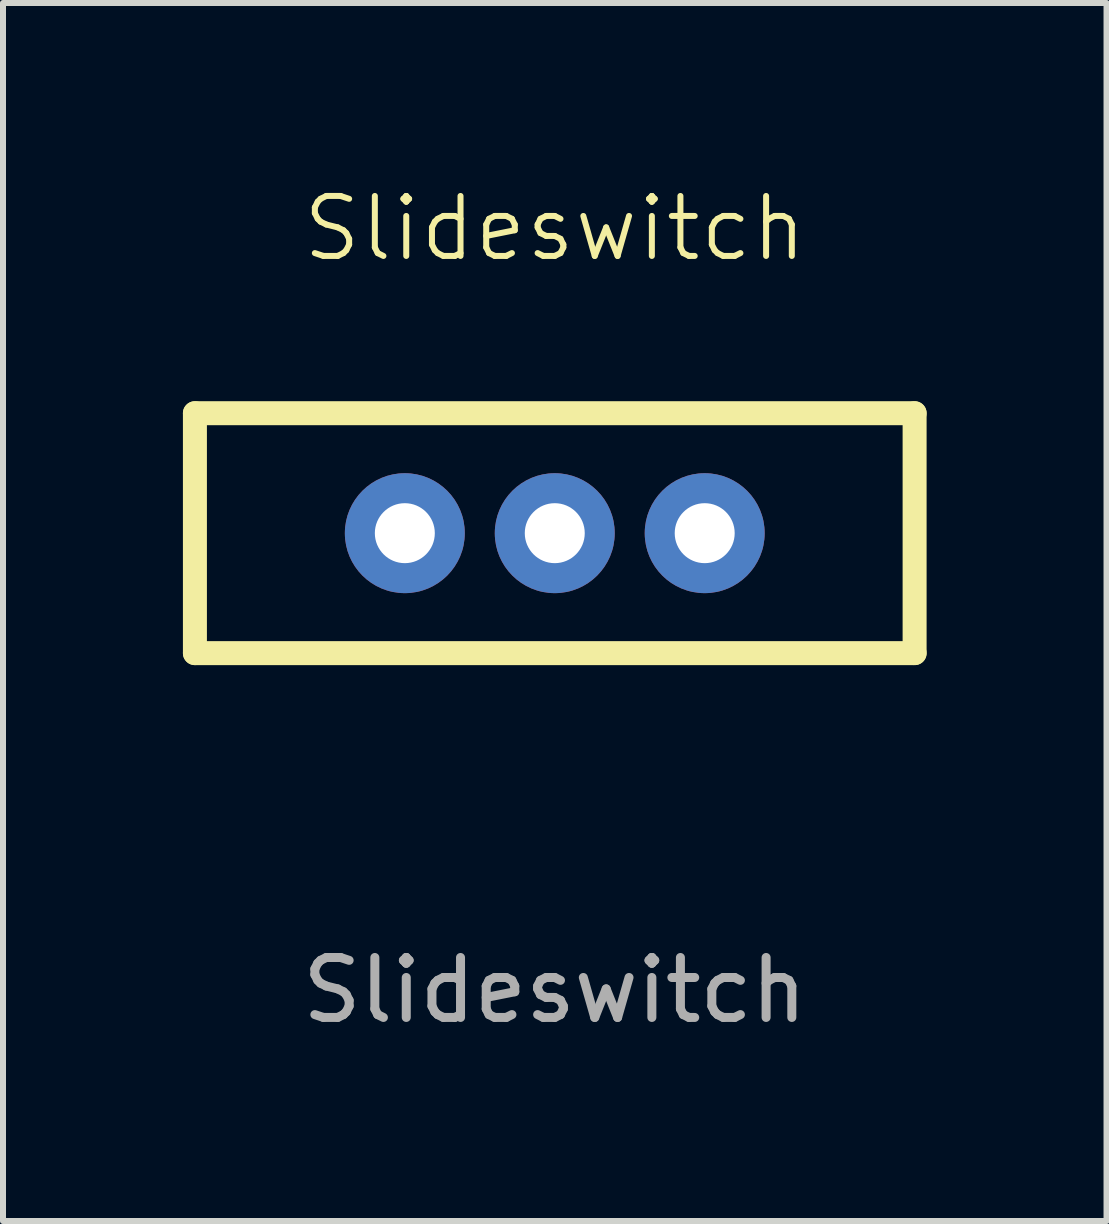
<source format=kicad_pcb>
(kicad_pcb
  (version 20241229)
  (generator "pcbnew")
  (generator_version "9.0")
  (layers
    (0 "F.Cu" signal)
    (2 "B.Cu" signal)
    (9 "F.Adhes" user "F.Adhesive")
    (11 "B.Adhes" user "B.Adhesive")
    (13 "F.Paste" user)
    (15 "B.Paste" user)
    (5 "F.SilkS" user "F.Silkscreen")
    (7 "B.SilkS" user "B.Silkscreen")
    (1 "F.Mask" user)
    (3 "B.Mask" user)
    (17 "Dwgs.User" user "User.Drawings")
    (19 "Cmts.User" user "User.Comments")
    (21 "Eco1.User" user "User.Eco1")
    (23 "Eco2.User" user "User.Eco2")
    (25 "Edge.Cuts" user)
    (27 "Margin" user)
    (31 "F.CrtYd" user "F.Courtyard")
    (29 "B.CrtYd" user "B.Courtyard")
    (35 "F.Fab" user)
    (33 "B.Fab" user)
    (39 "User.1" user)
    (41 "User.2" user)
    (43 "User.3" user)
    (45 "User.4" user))
  (footprint "Slideswitch"
    (layer "F.Cu")
    (at 6.2 5.84)
    (property "Reference" "Slideswitch" (at 0 -5.08 0) (unlocked yes) (layer "F.SilkS") (effects (font (size 1 1) (thickness 0.1))))
    (attr through_hole)
    (fp_line (start -6 -2) (end -6 2) (stroke (width 0.4) (type default)) (layer "F.SilkS"))
    (fp_line (start -6 2) (end 6 2) (stroke (width 0.4) (type default)) (layer "F.SilkS"))
    (fp_line (start 6 -2) (end -6 -2) (stroke (width 0.4) (type default)) (layer "F.SilkS"))
    (fp_line (start 6 2) (end 6 -2) (stroke (width 0.4) (type default)) (layer "F.SilkS"))
    (fp_text user "${REFERENCE}" (at 0 7.62 0) (unlocked yes) (layer "F.Fab") (effects (font (size 1 1) (thickness 0.15))))
    (pad "1" thru_hole circle (at -2.5 0) (size 2 2) (drill 1) (layers "*.Cu" "*.Mask"))
    (pad "2" thru_hole circle (at 0 0) (size 2 2) (drill 1) (layers "*.Cu" "*.Mask"))
    (pad "3" thru_hole circle (at 2.5 0) (size 2 2) (drill 1) (layers "*.Cu" "*.Mask")))
  (gr_rect
    (start -3 -3)
    (end 15.4 17.309)
    (stroke (width 0.1) (type default))
    (fill no)
    (layer "Edge.Cuts")))
</source>
